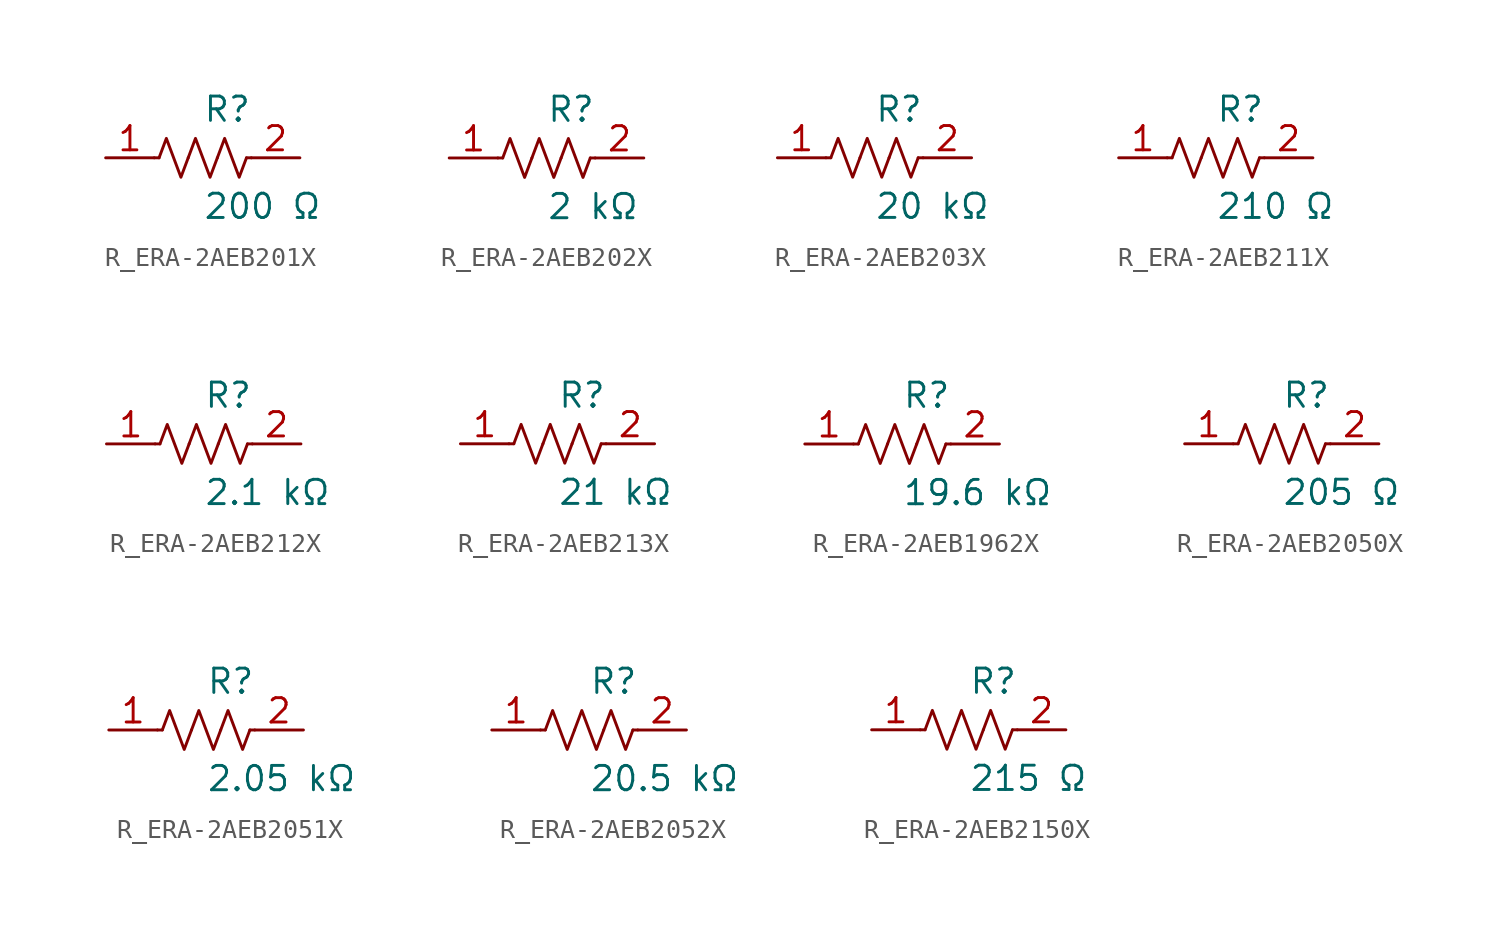
<source format=kicad_sym>
(kicad_symbol_lib
  (version 20231120)
  (generator kicad_symbol_editor)
  (generator_version 8.0)
  (symbol "R_ERA-2AEB201X"
    (pin_names
      (offset 0.254))
    (property "Reference" "R"
      (at 0.0 2.54 0)
      (effects (font (size 1.27 1.27)) (justify left)))
    (property "Value" "200 Ω"
      (at 0.0 -2.54 0)
      (effects (font (size 1.27 1.27)) (justify left)))
    (symbol "R_ERA-2AEB201X_0_1"
      (polyline (pts (xy 2.286 0) (xy 2.54 0)) (stroke (width 0) (type default)) (fill (type none)))
      (polyline (pts (xy -2.286 0) (xy -2.54 0)) (stroke (width 0) (type default)) (fill (type none)))
      (polyline (pts (xy 0.762 0) (xy 1.143 1.016) (xy 1.524 0) (xy 1.905 -1.016) (xy 2.286 0)) (stroke (width 0) (type default)) (fill (type none)))
      (polyline (pts (xy -0.762 0) (xy -0.381 1.016) (xy 0 0) (xy 0.381 -1.016) (xy 0.762 0)) (stroke (width 0) (type default)) (fill (type none)))
      (polyline (pts (xy -2.286 0) (xy -1.905 1.016) (xy -1.524 0) (xy -1.143 -1.016) (xy -0.762 0)) (stroke (width 0) (type default)) (fill (type none))))
    (pin unspecified line
      (at -5.08 0 0)
      (length 2.54)
      (name "" (effects (font (size 1.27 1.27))))
      (number "1" (effects (font (size 1.27 1.27)))))
    (pin unspecified line
      (at 5.08 0 180)
      (length 2.54)
      (name "" (effects (font (size 1.27 1.27))))
      (number "2" (effects (font (size 1.27 1.27))))))
  (symbol "R_ERA-2AEB202X"
    (pin_names
      (offset 0.254))
    (property "Reference" "R"
      (at 0.0 2.54 0)
      (effects (font (size 1.27 1.27)) (justify left)))
    (property "Value" "2 kΩ"
      (at 0.0 -2.54 0)
      (effects (font (size 1.27 1.27)) (justify left)))
    (symbol "R_ERA-2AEB202X_0_1"
      (polyline (pts (xy 2.286 0) (xy 2.54 0)) (stroke (width 0) (type default)) (fill (type none)))
      (polyline (pts (xy -2.286 0) (xy -2.54 0)) (stroke (width 0) (type default)) (fill (type none)))
      (polyline (pts (xy 0.762 0) (xy 1.143 1.016) (xy 1.524 0) (xy 1.905 -1.016) (xy 2.286 0)) (stroke (width 0) (type default)) (fill (type none)))
      (polyline (pts (xy -0.762 0) (xy -0.381 1.016) (xy 0 0) (xy 0.381 -1.016) (xy 0.762 0)) (stroke (width 0) (type default)) (fill (type none)))
      (polyline (pts (xy -2.286 0) (xy -1.905 1.016) (xy -1.524 0) (xy -1.143 -1.016) (xy -0.762 0)) (stroke (width 0) (type default)) (fill (type none))))
    (pin unspecified line
      (at -5.08 0 0)
      (length 2.54)
      (name "" (effects (font (size 1.27 1.27))))
      (number "1" (effects (font (size 1.27 1.27)))))
    (pin unspecified line
      (at 5.08 0 180)
      (length 2.54)
      (name "" (effects (font (size 1.27 1.27))))
      (number "2" (effects (font (size 1.27 1.27))))))
  (symbol "R_ERA-2AEB203X"
    (pin_names
      (offset 0.254))
    (property "Reference" "R"
      (at 0.0 2.54 0)
      (effects (font (size 1.27 1.27)) (justify left)))
    (property "Value" "20 kΩ"
      (at 0.0 -2.54 0)
      (effects (font (size 1.27 1.27)) (justify left)))
    (symbol "R_ERA-2AEB203X_0_1"
      (polyline (pts (xy 2.286 0) (xy 2.54 0)) (stroke (width 0) (type default)) (fill (type none)))
      (polyline (pts (xy -2.286 0) (xy -2.54 0)) (stroke (width 0) (type default)) (fill (type none)))
      (polyline (pts (xy 0.762 0) (xy 1.143 1.016) (xy 1.524 0) (xy 1.905 -1.016) (xy 2.286 0)) (stroke (width 0) (type default)) (fill (type none)))
      (polyline (pts (xy -0.762 0) (xy -0.381 1.016) (xy 0 0) (xy 0.381 -1.016) (xy 0.762 0)) (stroke (width 0) (type default)) (fill (type none)))
      (polyline (pts (xy -2.286 0) (xy -1.905 1.016) (xy -1.524 0) (xy -1.143 -1.016) (xy -0.762 0)) (stroke (width 0) (type default)) (fill (type none))))
    (pin unspecified line
      (at -5.08 0 0)
      (length 2.54)
      (name "" (effects (font (size 1.27 1.27))))
      (number "1" (effects (font (size 1.27 1.27)))))
    (pin unspecified line
      (at 5.08 0 180)
      (length 2.54)
      (name "" (effects (font (size 1.27 1.27))))
      (number "2" (effects (font (size 1.27 1.27))))))
  (symbol "R_ERA-2AEB211X"
    (pin_names
      (offset 0.254))
    (property "Reference" "R"
      (at 0.0 2.54 0)
      (effects (font (size 1.27 1.27)) (justify left)))
    (property "Value" "210 Ω"
      (at 0.0 -2.54 0)
      (effects (font (size 1.27 1.27)) (justify left)))
    (symbol "R_ERA-2AEB211X_0_1"
      (polyline (pts (xy 2.286 0) (xy 2.54 0)) (stroke (width 0) (type default)) (fill (type none)))
      (polyline (pts (xy -2.286 0) (xy -2.54 0)) (stroke (width 0) (type default)) (fill (type none)))
      (polyline (pts (xy 0.762 0) (xy 1.143 1.016) (xy 1.524 0) (xy 1.905 -1.016) (xy 2.286 0)) (stroke (width 0) (type default)) (fill (type none)))
      (polyline (pts (xy -0.762 0) (xy -0.381 1.016) (xy 0 0) (xy 0.381 -1.016) (xy 0.762 0)) (stroke (width 0) (type default)) (fill (type none)))
      (polyline (pts (xy -2.286 0) (xy -1.905 1.016) (xy -1.524 0) (xy -1.143 -1.016) (xy -0.762 0)) (stroke (width 0) (type default)) (fill (type none))))
    (pin unspecified line
      (at -5.08 0 0)
      (length 2.54)
      (name "" (effects (font (size 1.27 1.27))))
      (number "1" (effects (font (size 1.27 1.27)))))
    (pin unspecified line
      (at 5.08 0 180)
      (length 2.54)
      (name "" (effects (font (size 1.27 1.27))))
      (number "2" (effects (font (size 1.27 1.27))))))
  (symbol "R_ERA-2AEB212X"
    (pin_names
      (offset 0.254))
    (property "Reference" "R"
      (at 0.0 2.54 0)
      (effects (font (size 1.27 1.27)) (justify left)))
    (property "Value" "2.1 kΩ"
      (at 0.0 -2.54 0)
      (effects (font (size 1.27 1.27)) (justify left)))
    (symbol "R_ERA-2AEB212X_0_1"
      (polyline (pts (xy 2.286 0) (xy 2.54 0)) (stroke (width 0) (type default)) (fill (type none)))
      (polyline (pts (xy -2.286 0) (xy -2.54 0)) (stroke (width 0) (type default)) (fill (type none)))
      (polyline (pts (xy 0.762 0) (xy 1.143 1.016) (xy 1.524 0) (xy 1.905 -1.016) (xy 2.286 0)) (stroke (width 0) (type default)) (fill (type none)))
      (polyline (pts (xy -0.762 0) (xy -0.381 1.016) (xy 0 0) (xy 0.381 -1.016) (xy 0.762 0)) (stroke (width 0) (type default)) (fill (type none)))
      (polyline (pts (xy -2.286 0) (xy -1.905 1.016) (xy -1.524 0) (xy -1.143 -1.016) (xy -0.762 0)) (stroke (width 0) (type default)) (fill (type none))))
    (pin unspecified line
      (at -5.08 0 0)
      (length 2.54)
      (name "" (effects (font (size 1.27 1.27))))
      (number "1" (effects (font (size 1.27 1.27)))))
    (pin unspecified line
      (at 5.08 0 180)
      (length 2.54)
      (name "" (effects (font (size 1.27 1.27))))
      (number "2" (effects (font (size 1.27 1.27))))))
  (symbol "R_ERA-2AEB213X"
    (pin_names
      (offset 0.254))
    (property "Reference" "R"
      (at 0.0 2.54 0)
      (effects (font (size 1.27 1.27)) (justify left)))
    (property "Value" "21 kΩ"
      (at 0.0 -2.54 0)
      (effects (font (size 1.27 1.27)) (justify left)))
    (symbol "R_ERA-2AEB213X_0_1"
      (polyline (pts (xy 2.286 0) (xy 2.54 0)) (stroke (width 0) (type default)) (fill (type none)))
      (polyline (pts (xy -2.286 0) (xy -2.54 0)) (stroke (width 0) (type default)) (fill (type none)))
      (polyline (pts (xy 0.762 0) (xy 1.143 1.016) (xy 1.524 0) (xy 1.905 -1.016) (xy 2.286 0)) (stroke (width 0) (type default)) (fill (type none)))
      (polyline (pts (xy -0.762 0) (xy -0.381 1.016) (xy 0 0) (xy 0.381 -1.016) (xy 0.762 0)) (stroke (width 0) (type default)) (fill (type none)))
      (polyline (pts (xy -2.286 0) (xy -1.905 1.016) (xy -1.524 0) (xy -1.143 -1.016) (xy -0.762 0)) (stroke (width 0) (type default)) (fill (type none))))
    (pin unspecified line
      (at -5.08 0 0)
      (length 2.54)
      (name "" (effects (font (size 1.27 1.27))))
      (number "1" (effects (font (size 1.27 1.27)))))
    (pin unspecified line
      (at 5.08 0 180)
      (length 2.54)
      (name "" (effects (font (size 1.27 1.27))))
      (number "2" (effects (font (size 1.27 1.27))))))
  (symbol "R_ERA-2AEB1962X"
    (pin_names
      (offset 0.254))
    (property "Reference" "R"
      (at 0.0 2.54 0)
      (effects (font (size 1.27 1.27)) (justify left)))
    (property "Value" "19.6 kΩ"
      (at 0.0 -2.54 0)
      (effects (font (size 1.27 1.27)) (justify left)))
    (symbol "R_ERA-2AEB1962X_0_1"
      (polyline (pts (xy 2.286 0) (xy 2.54 0)) (stroke (width 0) (type default)) (fill (type none)))
      (polyline (pts (xy -2.286 0) (xy -2.54 0)) (stroke (width 0) (type default)) (fill (type none)))
      (polyline (pts (xy 0.762 0) (xy 1.143 1.016) (xy 1.524 0) (xy 1.905 -1.016) (xy 2.286 0)) (stroke (width 0) (type default)) (fill (type none)))
      (polyline (pts (xy -0.762 0) (xy -0.381 1.016) (xy 0 0) (xy 0.381 -1.016) (xy 0.762 0)) (stroke (width 0) (type default)) (fill (type none)))
      (polyline (pts (xy -2.286 0) (xy -1.905 1.016) (xy -1.524 0) (xy -1.143 -1.016) (xy -0.762 0)) (stroke (width 0) (type default)) (fill (type none))))
    (pin unspecified line
      (at -5.08 0 0)
      (length 2.54)
      (name "" (effects (font (size 1.27 1.27))))
      (number "1" (effects (font (size 1.27 1.27)))))
    (pin unspecified line
      (at 5.08 0 180)
      (length 2.54)
      (name "" (effects (font (size 1.27 1.27))))
      (number "2" (effects (font (size 1.27 1.27))))))
  (symbol "R_ERA-2AEB2050X"
    (pin_names
      (offset 0.254))
    (property "Reference" "R"
      (at 0.0 2.54 0)
      (effects (font (size 1.27 1.27)) (justify left)))
    (property "Value" "205 Ω"
      (at 0.0 -2.54 0)
      (effects (font (size 1.27 1.27)) (justify left)))
    (symbol "R_ERA-2AEB2050X_0_1"
      (polyline (pts (xy 2.286 0) (xy 2.54 0)) (stroke (width 0) (type default)) (fill (type none)))
      (polyline (pts (xy -2.286 0) (xy -2.54 0)) (stroke (width 0) (type default)) (fill (type none)))
      (polyline (pts (xy 0.762 0) (xy 1.143 1.016) (xy 1.524 0) (xy 1.905 -1.016) (xy 2.286 0)) (stroke (width 0) (type default)) (fill (type none)))
      (polyline (pts (xy -0.762 0) (xy -0.381 1.016) (xy 0 0) (xy 0.381 -1.016) (xy 0.762 0)) (stroke (width 0) (type default)) (fill (type none)))
      (polyline (pts (xy -2.286 0) (xy -1.905 1.016) (xy -1.524 0) (xy -1.143 -1.016) (xy -0.762 0)) (stroke (width 0) (type default)) (fill (type none))))
    (pin unspecified line
      (at -5.08 0 0)
      (length 2.54)
      (name "" (effects (font (size 1.27 1.27))))
      (number "1" (effects (font (size 1.27 1.27)))))
    (pin unspecified line
      (at 5.08 0 180)
      (length 2.54)
      (name "" (effects (font (size 1.27 1.27))))
      (number "2" (effects (font (size 1.27 1.27))))))
  (symbol "R_ERA-2AEB2051X"
    (pin_names
      (offset 0.254))
    (property "Reference" "R"
      (at 0.0 2.54 0)
      (effects (font (size 1.27 1.27)) (justify left)))
    (property "Value" "2.05 kΩ"
      (at 0.0 -2.54 0)
      (effects (font (size 1.27 1.27)) (justify left)))
    (symbol "R_ERA-2AEB2051X_0_1"
      (polyline (pts (xy 2.286 0) (xy 2.54 0)) (stroke (width 0) (type default)) (fill (type none)))
      (polyline (pts (xy -2.286 0) (xy -2.54 0)) (stroke (width 0) (type default)) (fill (type none)))
      (polyline (pts (xy 0.762 0) (xy 1.143 1.016) (xy 1.524 0) (xy 1.905 -1.016) (xy 2.286 0)) (stroke (width 0) (type default)) (fill (type none)))
      (polyline (pts (xy -0.762 0) (xy -0.381 1.016) (xy 0 0) (xy 0.381 -1.016) (xy 0.762 0)) (stroke (width 0) (type default)) (fill (type none)))
      (polyline (pts (xy -2.286 0) (xy -1.905 1.016) (xy -1.524 0) (xy -1.143 -1.016) (xy -0.762 0)) (stroke (width 0) (type default)) (fill (type none))))
    (pin unspecified line
      (at -5.08 0 0)
      (length 2.54)
      (name "" (effects (font (size 1.27 1.27))))
      (number "1" (effects (font (size 1.27 1.27)))))
    (pin unspecified line
      (at 5.08 0 180)
      (length 2.54)
      (name "" (effects (font (size 1.27 1.27))))
      (number "2" (effects (font (size 1.27 1.27))))))
  (symbol "R_ERA-2AEB2052X"
    (pin_names
      (offset 0.254))
    (property "Reference" "R"
      (at 0.0 2.54 0)
      (effects (font (size 1.27 1.27)) (justify left)))
    (property "Value" "20.5 kΩ"
      (at 0.0 -2.54 0)
      (effects (font (size 1.27 1.27)) (justify left)))
    (symbol "R_ERA-2AEB2052X_0_1"
      (polyline (pts (xy 2.286 0) (xy 2.54 0)) (stroke (width 0) (type default)) (fill (type none)))
      (polyline (pts (xy -2.286 0) (xy -2.54 0)) (stroke (width 0) (type default)) (fill (type none)))
      (polyline (pts (xy 0.762 0) (xy 1.143 1.016) (xy 1.524 0) (xy 1.905 -1.016) (xy 2.286 0)) (stroke (width 0) (type default)) (fill (type none)))
      (polyline (pts (xy -0.762 0) (xy -0.381 1.016) (xy 0 0) (xy 0.381 -1.016) (xy 0.762 0)) (stroke (width 0) (type default)) (fill (type none)))
      (polyline (pts (xy -2.286 0) (xy -1.905 1.016) (xy -1.524 0) (xy -1.143 -1.016) (xy -0.762 0)) (stroke (width 0) (type default)) (fill (type none))))
    (pin unspecified line
      (at -5.08 0 0)
      (length 2.54)
      (name "" (effects (font (size 1.27 1.27))))
      (number "1" (effects (font (size 1.27 1.27)))))
    (pin unspecified line
      (at 5.08 0 180)
      (length 2.54)
      (name "" (effects (font (size 1.27 1.27))))
      (number "2" (effects (font (size 1.27 1.27))))))
  (symbol "R_ERA-2AEB2150X"
    (pin_names
      (offset 0.254))
    (property "Reference" "R"
      (at 0.0 2.54 0)
      (effects (font (size 1.27 1.27)) (justify left)))
    (property "Value" "215 Ω"
      (at 0.0 -2.54 0)
      (effects (font (size 1.27 1.27)) (justify left)))
    (symbol "R_ERA-2AEB2150X_0_1"
      (polyline (pts (xy 2.286 0) (xy 2.54 0)) (stroke (width 0) (type default)) (fill (type none)))
      (polyline (pts (xy -2.286 0) (xy -2.54 0)) (stroke (width 0) (type default)) (fill (type none)))
      (polyline (pts (xy 0.762 0) (xy 1.143 1.016) (xy 1.524 0) (xy 1.905 -1.016) (xy 2.286 0)) (stroke (width 0) (type default)) (fill (type none)))
      (polyline (pts (xy -0.762 0) (xy -0.381 1.016) (xy 0 0) (xy 0.381 -1.016) (xy 0.762 0)) (stroke (width 0) (type default)) (fill (type none)))
      (polyline (pts (xy -2.286 0) (xy -1.905 1.016) (xy -1.524 0) (xy -1.143 -1.016) (xy -0.762 0)) (stroke (width 0) (type default)) (fill (type none))))
    (pin unspecified line
      (at -5.08 0 0)
      (length 2.54)
      (name "" (effects (font (size 1.27 1.27))))
      (number "1" (effects (font (size 1.27 1.27)))))
    (pin unspecified line
      (at 5.08 0 180)
      (length 2.54)
      (name "" (effects (font (size 1.27 1.27))))
      (number "2" (effects (font (size 1.27 1.27)))))))
</source>
